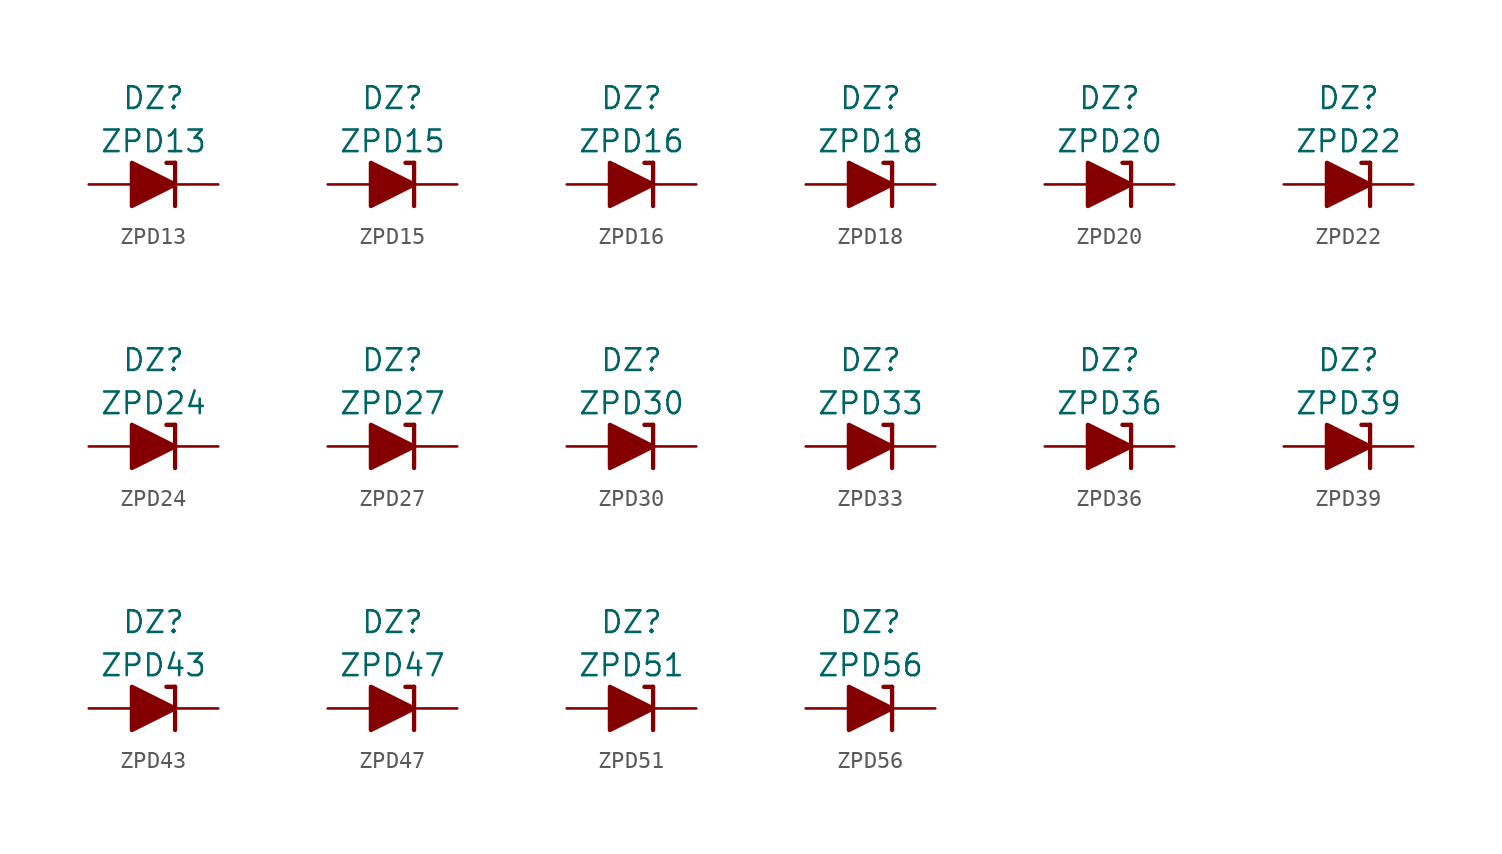
<source format=kicad_sym>
(kicad_symbol_lib
  (version 20211014)
  (generator kicad_symbol_editor)
  (symbol "ZPD13"
    (pin_numbers hide)
    (pin_names
      (offset 1.016) hide)
    (property "Reference" "DZ"
      (at 0 5.08 0)
      (effects (font (size 1.27 1.27))))
    (property "Value" "ZPD13"
      (at 0 2.54 0)
      (effects (font (size 1.27 1.27))))
    (symbol "ZPD13_0_1"
      (polyline (pts (xy -1.27 0) (xy 1.27 0)) (stroke (width 0) (type default) (color 0 0 0 0)) (fill (type none)))
      (polyline (pts (xy 1.27 1.27) (xy 0.762 1.27)) (stroke (width 0.254) (type default) (color 0 0 0 0)) (fill (type none)))
      (polyline (pts (xy 1.27 1.27) (xy 1.27 -1.27)) (stroke (width 0.254) (type default) (color 0 0 0 0)) (fill (type none)))
      (polyline (pts (xy -1.27 -1.27) (xy -1.27 1.27) (xy 1.27 0) (xy -1.27 -1.27)) (stroke (width 0.254) (type default) (color 0 0 0 0)) (fill (type outline))))
    (symbol "ZPD13_1_1"
      (pin passive line (at 3.81 0 180) (length 2.54) (name "K" (effects (font (size 1.27 1.27)))) (number "1" (effects (font (size 1.27 1.27)))))
      (pin passive line (at -3.81 0 0) (length 2.54) (name "A" (effects (font (size 1.27 1.27)))) (number "2" (effects (font (size 1.27 1.27)))))))
  (symbol "ZPD15"
    (pin_numbers hide)
    (pin_names
      (offset 1.016) hide)
    (property "Reference" "DZ"
      (at 0 5.08 0)
      (effects (font (size 1.27 1.27))))
    (property "Value" "ZPD15"
      (at 0 2.54 0)
      (effects (font (size 1.27 1.27))))
    (symbol "ZPD15_0_1"
      (polyline (pts (xy -1.27 0) (xy 1.27 0)) (stroke (width 0) (type default) (color 0 0 0 0)) (fill (type none)))
      (polyline (pts (xy 1.27 1.27) (xy 0.762 1.27)) (stroke (width 0.254) (type default) (color 0 0 0 0)) (fill (type none)))
      (polyline (pts (xy 1.27 1.27) (xy 1.27 -1.27)) (stroke (width 0.254) (type default) (color 0 0 0 0)) (fill (type none)))
      (polyline (pts (xy -1.27 -1.27) (xy -1.27 1.27) (xy 1.27 0) (xy -1.27 -1.27)) (stroke (width 0.254) (type default) (color 0 0 0 0)) (fill (type outline))))
    (symbol "ZPD15_1_1"
      (pin passive line (at 3.81 0 180) (length 2.54) (name "K" (effects (font (size 1.27 1.27)))) (number "1" (effects (font (size 1.27 1.27)))))
      (pin passive line (at -3.81 0 0) (length 2.54) (name "A" (effects (font (size 1.27 1.27)))) (number "2" (effects (font (size 1.27 1.27)))))))
  (symbol "ZPD16"
    (pin_numbers hide)
    (pin_names
      (offset 1.016) hide)
    (property "Reference" "DZ"
      (at 0 5.08 0)
      (effects (font (size 1.27 1.27))))
    (property "Value" "ZPD16"
      (at 0 2.54 0)
      (effects (font (size 1.27 1.27))))
    (symbol "ZPD16_0_1"
      (polyline (pts (xy -1.27 0) (xy 1.27 0)) (stroke (width 0) (type default) (color 0 0 0 0)) (fill (type none)))
      (polyline (pts (xy 1.27 1.27) (xy 0.762 1.27)) (stroke (width 0.254) (type default) (color 0 0 0 0)) (fill (type none)))
      (polyline (pts (xy 1.27 1.27) (xy 1.27 -1.27)) (stroke (width 0.254) (type default) (color 0 0 0 0)) (fill (type none)))
      (polyline (pts (xy -1.27 -1.27) (xy -1.27 1.27) (xy 1.27 0) (xy -1.27 -1.27)) (stroke (width 0.254) (type default) (color 0 0 0 0)) (fill (type outline))))
    (symbol "ZPD16_1_1"
      (pin passive line (at 3.81 0 180) (length 2.54) (name "K" (effects (font (size 1.27 1.27)))) (number "1" (effects (font (size 1.27 1.27)))))
      (pin passive line (at -3.81 0 0) (length 2.54) (name "A" (effects (font (size 1.27 1.27)))) (number "2" (effects (font (size 1.27 1.27)))))))
  (symbol "ZPD18"
    (pin_numbers hide)
    (pin_names
      (offset 1.016) hide)
    (property "Reference" "DZ"
      (at 0 5.08 0)
      (effects (font (size 1.27 1.27))))
    (property "Value" "ZPD18"
      (at 0 2.54 0)
      (effects (font (size 1.27 1.27))))
    (symbol "ZPD18_0_1"
      (polyline (pts (xy -1.27 0) (xy 1.27 0)) (stroke (width 0) (type default) (color 0 0 0 0)) (fill (type none)))
      (polyline (pts (xy 1.27 1.27) (xy 0.762 1.27)) (stroke (width 0.254) (type default) (color 0 0 0 0)) (fill (type none)))
      (polyline (pts (xy 1.27 1.27) (xy 1.27 -1.27)) (stroke (width 0.254) (type default) (color 0 0 0 0)) (fill (type none)))
      (polyline (pts (xy -1.27 -1.27) (xy -1.27 1.27) (xy 1.27 0) (xy -1.27 -1.27)) (stroke (width 0.254) (type default) (color 0 0 0 0)) (fill (type outline))))
    (symbol "ZPD18_1_1"
      (pin passive line (at 3.81 0 180) (length 2.54) (name "K" (effects (font (size 1.27 1.27)))) (number "1" (effects (font (size 1.27 1.27)))))
      (pin passive line (at -3.81 0 0) (length 2.54) (name "A" (effects (font (size 1.27 1.27)))) (number "2" (effects (font (size 1.27 1.27)))))))
  (symbol "ZPD20"
    (pin_numbers hide)
    (pin_names
      (offset 1.016) hide)
    (property "Reference" "DZ"
      (at 0 5.08 0)
      (effects (font (size 1.27 1.27))))
    (property "Value" "ZPD20"
      (at 0 2.54 0)
      (effects (font (size 1.27 1.27))))
    (symbol "ZPD20_0_1"
      (polyline (pts (xy -1.27 0) (xy 1.27 0)) (stroke (width 0) (type default) (color 0 0 0 0)) (fill (type none)))
      (polyline (pts (xy 1.27 1.27) (xy 0.762 1.27)) (stroke (width 0.254) (type default) (color 0 0 0 0)) (fill (type none)))
      (polyline (pts (xy 1.27 1.27) (xy 1.27 -1.27)) (stroke (width 0.254) (type default) (color 0 0 0 0)) (fill (type none)))
      (polyline (pts (xy -1.27 -1.27) (xy -1.27 1.27) (xy 1.27 0) (xy -1.27 -1.27)) (stroke (width 0.254) (type default) (color 0 0 0 0)) (fill (type outline))))
    (symbol "ZPD20_1_1"
      (pin passive line (at 3.81 0 180) (length 2.54) (name "K" (effects (font (size 1.27 1.27)))) (number "1" (effects (font (size 1.27 1.27)))))
      (pin passive line (at -3.81 0 0) (length 2.54) (name "A" (effects (font (size 1.27 1.27)))) (number "2" (effects (font (size 1.27 1.27)))))))
  (symbol "ZPD22"
    (pin_numbers hide)
    (pin_names
      (offset 1.016) hide)
    (property "Reference" "DZ"
      (at 0 5.08 0)
      (effects (font (size 1.27 1.27))))
    (property "Value" "ZPD22"
      (at 0 2.54 0)
      (effects (font (size 1.27 1.27))))
    (symbol "ZPD22_0_1"
      (polyline (pts (xy -1.27 0) (xy 1.27 0)) (stroke (width 0) (type default) (color 0 0 0 0)) (fill (type none)))
      (polyline (pts (xy 1.27 1.27) (xy 0.762 1.27)) (stroke (width 0.254) (type default) (color 0 0 0 0)) (fill (type none)))
      (polyline (pts (xy 1.27 1.27) (xy 1.27 -1.27)) (stroke (width 0.254) (type default) (color 0 0 0 0)) (fill (type none)))
      (polyline (pts (xy -1.27 -1.27) (xy -1.27 1.27) (xy 1.27 0) (xy -1.27 -1.27)) (stroke (width 0.254) (type default) (color 0 0 0 0)) (fill (type outline))))
    (symbol "ZPD22_1_1"
      (pin passive line (at 3.81 0 180) (length 2.54) (name "K" (effects (font (size 1.27 1.27)))) (number "1" (effects (font (size 1.27 1.27)))))
      (pin passive line (at -3.81 0 0) (length 2.54) (name "A" (effects (font (size 1.27 1.27)))) (number "2" (effects (font (size 1.27 1.27)))))))
  (symbol "ZPD24"
    (pin_numbers hide)
    (pin_names
      (offset 1.016) hide)
    (property "Reference" "DZ"
      (at 0 5.08 0)
      (effects (font (size 1.27 1.27))))
    (property "Value" "ZPD24"
      (at 0 2.54 0)
      (effects (font (size 1.27 1.27))))
    (symbol "ZPD24_0_1"
      (polyline (pts (xy -1.27 0) (xy 1.27 0)) (stroke (width 0) (type default) (color 0 0 0 0)) (fill (type none)))
      (polyline (pts (xy 1.27 1.27) (xy 0.762 1.27)) (stroke (width 0.254) (type default) (color 0 0 0 0)) (fill (type none)))
      (polyline (pts (xy 1.27 1.27) (xy 1.27 -1.27)) (stroke (width 0.254) (type default) (color 0 0 0 0)) (fill (type none)))
      (polyline (pts (xy -1.27 -1.27) (xy -1.27 1.27) (xy 1.27 0) (xy -1.27 -1.27)) (stroke (width 0.254) (type default) (color 0 0 0 0)) (fill (type outline))))
    (symbol "ZPD24_1_1"
      (pin passive line (at 3.81 0 180) (length 2.54) (name "K" (effects (font (size 1.27 1.27)))) (number "1" (effects (font (size 1.27 1.27)))))
      (pin passive line (at -3.81 0 0) (length 2.54) (name "A" (effects (font (size 1.27 1.27)))) (number "2" (effects (font (size 1.27 1.27)))))))
  (symbol "ZPD27"
    (pin_numbers hide)
    (pin_names
      (offset 1.016) hide)
    (property "Reference" "DZ"
      (at 0 5.08 0)
      (effects (font (size 1.27 1.27))))
    (property "Value" "ZPD27"
      (at 0 2.54 0)
      (effects (font (size 1.27 1.27))))
    (symbol "ZPD27_0_1"
      (polyline (pts (xy -1.27 0) (xy 1.27 0)) (stroke (width 0) (type default) (color 0 0 0 0)) (fill (type none)))
      (polyline (pts (xy 1.27 1.27) (xy 0.762 1.27)) (stroke (width 0.254) (type default) (color 0 0 0 0)) (fill (type none)))
      (polyline (pts (xy 1.27 1.27) (xy 1.27 -1.27)) (stroke (width 0.254) (type default) (color 0 0 0 0)) (fill (type none)))
      (polyline (pts (xy -1.27 -1.27) (xy -1.27 1.27) (xy 1.27 0) (xy -1.27 -1.27)) (stroke (width 0.254) (type default) (color 0 0 0 0)) (fill (type outline))))
    (symbol "ZPD27_1_1"
      (pin passive line (at 3.81 0 180) (length 2.54) (name "K" (effects (font (size 1.27 1.27)))) (number "1" (effects (font (size 1.27 1.27)))))
      (pin passive line (at -3.81 0 0) (length 2.54) (name "A" (effects (font (size 1.27 1.27)))) (number "2" (effects (font (size 1.27 1.27)))))))
  (symbol "ZPD30"
    (pin_numbers hide)
    (pin_names
      (offset 1.016) hide)
    (property "Reference" "DZ"
      (at 0 5.08 0)
      (effects (font (size 1.27 1.27))))
    (property "Value" "ZPD30"
      (at 0 2.54 0)
      (effects (font (size 1.27 1.27))))
    (symbol "ZPD30_0_1"
      (polyline (pts (xy -1.27 0) (xy 1.27 0)) (stroke (width 0) (type default) (color 0 0 0 0)) (fill (type none)))
      (polyline (pts (xy 1.27 1.27) (xy 0.762 1.27)) (stroke (width 0.254) (type default) (color 0 0 0 0)) (fill (type none)))
      (polyline (pts (xy 1.27 1.27) (xy 1.27 -1.27)) (stroke (width 0.254) (type default) (color 0 0 0 0)) (fill (type none)))
      (polyline (pts (xy -1.27 -1.27) (xy -1.27 1.27) (xy 1.27 0) (xy -1.27 -1.27)) (stroke (width 0.254) (type default) (color 0 0 0 0)) (fill (type outline))))
    (symbol "ZPD30_1_1"
      (pin passive line (at 3.81 0 180) (length 2.54) (name "K" (effects (font (size 1.27 1.27)))) (number "1" (effects (font (size 1.27 1.27)))))
      (pin passive line (at -3.81 0 0) (length 2.54) (name "A" (effects (font (size 1.27 1.27)))) (number "2" (effects (font (size 1.27 1.27)))))))
  (symbol "ZPD33"
    (pin_numbers hide)
    (pin_names
      (offset 1.016) hide)
    (property "Reference" "DZ"
      (at 0 5.08 0)
      (effects (font (size 1.27 1.27))))
    (property "Value" "ZPD33"
      (at 0 2.54 0)
      (effects (font (size 1.27 1.27))))
    (symbol "ZPD33_0_1"
      (polyline (pts (xy -1.27 0) (xy 1.27 0)) (stroke (width 0) (type default) (color 0 0 0 0)) (fill (type none)))
      (polyline (pts (xy 1.27 1.27) (xy 0.762 1.27)) (stroke (width 0.254) (type default) (color 0 0 0 0)) (fill (type none)))
      (polyline (pts (xy 1.27 1.27) (xy 1.27 -1.27)) (stroke (width 0.254) (type default) (color 0 0 0 0)) (fill (type none)))
      (polyline (pts (xy -1.27 -1.27) (xy -1.27 1.27) (xy 1.27 0) (xy -1.27 -1.27)) (stroke (width 0.254) (type default) (color 0 0 0 0)) (fill (type outline))))
    (symbol "ZPD33_1_1"
      (pin passive line (at 3.81 0 180) (length 2.54) (name "K" (effects (font (size 1.27 1.27)))) (number "1" (effects (font (size 1.27 1.27)))))
      (pin passive line (at -3.81 0 0) (length 2.54) (name "A" (effects (font (size 1.27 1.27)))) (number "2" (effects (font (size 1.27 1.27)))))))
  (symbol "ZPD36"
    (pin_numbers hide)
    (pin_names
      (offset 1.016) hide)
    (property "Reference" "DZ"
      (at 0 5.08 0)
      (effects (font (size 1.27 1.27))))
    (property "Value" "ZPD36"
      (at 0 2.54 0)
      (effects (font (size 1.27 1.27))))
    (symbol "ZPD36_0_1"
      (polyline (pts (xy -1.27 0) (xy 1.27 0)) (stroke (width 0) (type default) (color 0 0 0 0)) (fill (type none)))
      (polyline (pts (xy 1.27 1.27) (xy 0.762 1.27)) (stroke (width 0.254) (type default) (color 0 0 0 0)) (fill (type none)))
      (polyline (pts (xy 1.27 1.27) (xy 1.27 -1.27)) (stroke (width 0.254) (type default) (color 0 0 0 0)) (fill (type none)))
      (polyline (pts (xy -1.27 -1.27) (xy -1.27 1.27) (xy 1.27 0) (xy -1.27 -1.27)) (stroke (width 0.254) (type default) (color 0 0 0 0)) (fill (type outline))))
    (symbol "ZPD36_1_1"
      (pin passive line (at 3.81 0 180) (length 2.54) (name "K" (effects (font (size 1.27 1.27)))) (number "1" (effects (font (size 1.27 1.27)))))
      (pin passive line (at -3.81 0 0) (length 2.54) (name "A" (effects (font (size 1.27 1.27)))) (number "2" (effects (font (size 1.27 1.27)))))))
  (symbol "ZPD39"
    (pin_numbers hide)
    (pin_names
      (offset 1.016) hide)
    (property "Reference" "DZ"
      (at 0 5.08 0)
      (effects (font (size 1.27 1.27))))
    (property "Value" "ZPD39"
      (at 0 2.54 0)
      (effects (font (size 1.27 1.27))))
    (symbol "ZPD39_0_1"
      (polyline (pts (xy -1.27 0) (xy 1.27 0)) (stroke (width 0) (type default) (color 0 0 0 0)) (fill (type none)))
      (polyline (pts (xy 1.27 1.27) (xy 0.762 1.27)) (stroke (width 0.254) (type default) (color 0 0 0 0)) (fill (type none)))
      (polyline (pts (xy 1.27 1.27) (xy 1.27 -1.27)) (stroke (width 0.254) (type default) (color 0 0 0 0)) (fill (type none)))
      (polyline (pts (xy -1.27 -1.27) (xy -1.27 1.27) (xy 1.27 0) (xy -1.27 -1.27)) (stroke (width 0.254) (type default) (color 0 0 0 0)) (fill (type outline))))
    (symbol "ZPD39_1_1"
      (pin passive line (at 3.81 0 180) (length 2.54) (name "K" (effects (font (size 1.27 1.27)))) (number "1" (effects (font (size 1.27 1.27)))))
      (pin passive line (at -3.81 0 0) (length 2.54) (name "A" (effects (font (size 1.27 1.27)))) (number "2" (effects (font (size 1.27 1.27)))))))
  (symbol "ZPD43"
    (pin_numbers hide)
    (pin_names
      (offset 1.016) hide)
    (property "Reference" "DZ"
      (at 0 5.08 0)
      (effects (font (size 1.27 1.27))))
    (property "Value" "ZPD43"
      (at 0 2.54 0)
      (effects (font (size 1.27 1.27))))
    (symbol "ZPD43_0_1"
      (polyline (pts (xy -1.27 0) (xy 1.27 0)) (stroke (width 0) (type default) (color 0 0 0 0)) (fill (type none)))
      (polyline (pts (xy 1.27 1.27) (xy 0.762 1.27)) (stroke (width 0.254) (type default) (color 0 0 0 0)) (fill (type none)))
      (polyline (pts (xy 1.27 1.27) (xy 1.27 -1.27)) (stroke (width 0.254) (type default) (color 0 0 0 0)) (fill (type none)))
      (polyline (pts (xy -1.27 -1.27) (xy -1.27 1.27) (xy 1.27 0) (xy -1.27 -1.27)) (stroke (width 0.254) (type default) (color 0 0 0 0)) (fill (type outline))))
    (symbol "ZPD43_1_1"
      (pin passive line (at 3.81 0 180) (length 2.54) (name "K" (effects (font (size 1.27 1.27)))) (number "1" (effects (font (size 1.27 1.27)))))
      (pin passive line (at -3.81 0 0) (length 2.54) (name "A" (effects (font (size 1.27 1.27)))) (number "2" (effects (font (size 1.27 1.27)))))))
  (symbol "ZPD47"
    (pin_numbers hide)
    (pin_names
      (offset 1.016) hide)
    (property "Reference" "DZ"
      (at 0 5.08 0)
      (effects (font (size 1.27 1.27))))
    (property "Value" "ZPD47"
      (at 0 2.54 0)
      (effects (font (size 1.27 1.27))))
    (symbol "ZPD47_0_1"
      (polyline (pts (xy -1.27 0) (xy 1.27 0)) (stroke (width 0) (type default) (color 0 0 0 0)) (fill (type none)))
      (polyline (pts (xy 1.27 1.27) (xy 0.762 1.27)) (stroke (width 0.254) (type default) (color 0 0 0 0)) (fill (type none)))
      (polyline (pts (xy 1.27 1.27) (xy 1.27 -1.27)) (stroke (width 0.254) (type default) (color 0 0 0 0)) (fill (type none)))
      (polyline (pts (xy -1.27 -1.27) (xy -1.27 1.27) (xy 1.27 0) (xy -1.27 -1.27)) (stroke (width 0.254) (type default) (color 0 0 0 0)) (fill (type outline))))
    (symbol "ZPD47_1_1"
      (pin passive line (at 3.81 0 180) (length 2.54) (name "K" (effects (font (size 1.27 1.27)))) (number "1" (effects (font (size 1.27 1.27)))))
      (pin passive line (at -3.81 0 0) (length 2.54) (name "A" (effects (font (size 1.27 1.27)))) (number "2" (effects (font (size 1.27 1.27)))))))
  (symbol "ZPD51"
    (pin_numbers hide)
    (pin_names
      (offset 1.016) hide)
    (property "Reference" "DZ"
      (at 0 5.08 0)
      (effects (font (size 1.27 1.27))))
    (property "Value" "ZPD51"
      (at 0 2.54 0)
      (effects (font (size 1.27 1.27))))
    (symbol "ZPD51_0_1"
      (polyline (pts (xy -1.27 0) (xy 1.27 0)) (stroke (width 0) (type default) (color 0 0 0 0)) (fill (type none)))
      (polyline (pts (xy 1.27 1.27) (xy 0.762 1.27)) (stroke (width 0.254) (type default) (color 0 0 0 0)) (fill (type none)))
      (polyline (pts (xy 1.27 1.27) (xy 1.27 -1.27)) (stroke (width 0.254) (type default) (color 0 0 0 0)) (fill (type none)))
      (polyline (pts (xy -1.27 -1.27) (xy -1.27 1.27) (xy 1.27 0) (xy -1.27 -1.27)) (stroke (width 0.254) (type default) (color 0 0 0 0)) (fill (type outline))))
    (symbol "ZPD51_1_1"
      (pin passive line (at 3.81 0 180) (length 2.54) (name "K" (effects (font (size 1.27 1.27)))) (number "1" (effects (font (size 1.27 1.27)))))
      (pin passive line (at -3.81 0 0) (length 2.54) (name "A" (effects (font (size 1.27 1.27)))) (number "2" (effects (font (size 1.27 1.27)))))))
  (symbol "ZPD56"
    (pin_numbers hide)
    (pin_names
      (offset 1.016) hide)
    (property "Reference" "DZ"
      (at 0 5.08 0)
      (effects (font (size 1.27 1.27))))
    (property "Value" "ZPD56"
      (at 0 2.54 0)
      (effects (font (size 1.27 1.27))))
    (symbol "ZPD56_0_1"
      (polyline (pts (xy -1.27 0) (xy 1.27 0)) (stroke (width 0) (type default) (color 0 0 0 0)) (fill (type none)))
      (polyline (pts (xy 1.27 1.27) (xy 0.762 1.27)) (stroke (width 0.254) (type default) (color 0 0 0 0)) (fill (type none)))
      (polyline (pts (xy 1.27 1.27) (xy 1.27 -1.27)) (stroke (width 0.254) (type default) (color 0 0 0 0)) (fill (type none)))
      (polyline (pts (xy -1.27 -1.27) (xy -1.27 1.27) (xy 1.27 0) (xy -1.27 -1.27)) (stroke (width 0.254) (type default) (color 0 0 0 0)) (fill (type outline))))
    (symbol "ZPD56_1_1"
      (pin passive line (at 3.81 0 180) (length 2.54) (name "K" (effects (font (size 1.27 1.27)))) (number "1" (effects (font (size 1.27 1.27)))))
      (pin passive line (at -3.81 0 0) (length 2.54) (name "A" (effects (font (size 1.27 1.27)))) (number "2" (effects (font (size 1.27 1.27))))))))
</source>
